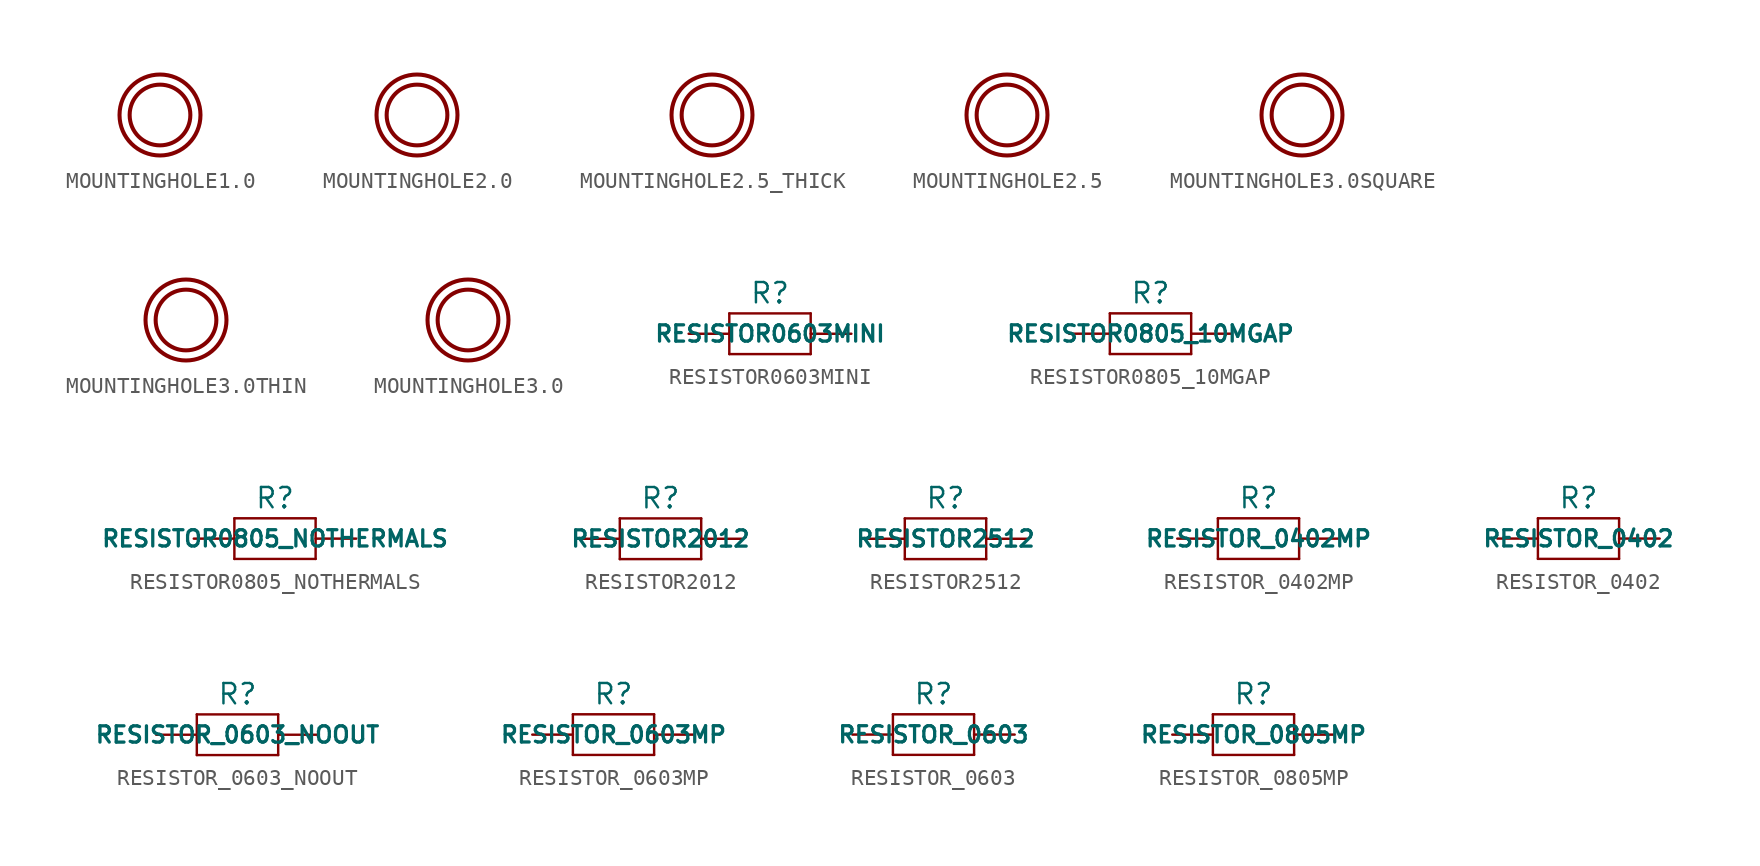
<source format=kicad_sym>
(kicad_symbol_lib
  (version 20211014)
  (generator kicad_symbol_editor)
  (symbol "MOUNTINGHOLE1.0"
    (pin_names
      (offset 1.016))
    (property "Reference" ""
      (at 0 0 0)
      (effects (font (size 1.27 1.27)) hide))
    (property "ki_locked" ""
      (at 0 0 0)
      (effects (font (size 1.27 1.27))))
    (symbol "MOUNTINGHOLE1.0_1_0"
      (circle (center 0 0) (radius 1.905) (stroke (width 0.254) (type default) (color 0 0 0 0)) (fill (type none)))
      (circle (center 0 0) (radius 2.54) (stroke (width 0.254) (type default) (color 0 0 0 0)) (fill (type none)))))
  (symbol "MOUNTINGHOLE2.0"
    (pin_names
      (offset 1.016))
    (property "Reference" ""
      (at 0 0 0)
      (effects (font (size 1.27 1.27)) hide))
    (property "ki_locked" ""
      (at 0 0 0)
      (effects (font (size 1.27 1.27))))
    (symbol "MOUNTINGHOLE2.0_1_0"
      (circle (center 0 0) (radius 1.905) (stroke (width 0.254) (type default) (color 0 0 0 0)) (fill (type none)))
      (circle (center 0 0) (radius 2.54) (stroke (width 0.254) (type default) (color 0 0 0 0)) (fill (type none)))))
  (symbol "MOUNTINGHOLE2.5_THICK"
    (pin_names
      (offset 1.016))
    (property "Reference" ""
      (at 0 0 0)
      (effects (font (size 1.27 1.27)) hide))
    (property "ki_locked" ""
      (at 0 0 0)
      (effects (font (size 1.27 1.27))))
    (symbol "MOUNTINGHOLE2.5_THICK_1_0"
      (circle (center 0 0) (radius 1.905) (stroke (width 0.254) (type default) (color 0 0 0 0)) (fill (type none)))
      (circle (center 0 0) (radius 2.54) (stroke (width 0.254) (type default) (color 0 0 0 0)) (fill (type none)))))
  (symbol "MOUNTINGHOLE2.5"
    (pin_names
      (offset 1.016))
    (property "Reference" ""
      (at 0 0 0)
      (effects (font (size 1.27 1.27)) hide))
    (property "ki_locked" ""
      (at 0 0 0)
      (effects (font (size 1.27 1.27))))
    (symbol "MOUNTINGHOLE2.5_1_0"
      (circle (center 0 0) (radius 1.905) (stroke (width 0.254) (type default) (color 0 0 0 0)) (fill (type none)))
      (circle (center 0 0) (radius 2.54) (stroke (width 0.254) (type default) (color 0 0 0 0)) (fill (type none)))))
  (symbol "MOUNTINGHOLE3.0SQUARE"
    (pin_names
      (offset 1.016))
    (property "Reference" ""
      (at 0 0 0)
      (effects (font (size 1.27 1.27)) hide))
    (property "ki_locked" ""
      (at 0 0 0)
      (effects (font (size 1.27 1.27))))
    (symbol "MOUNTINGHOLE3.0SQUARE_1_0"
      (circle (center 0 0) (radius 1.905) (stroke (width 0.254) (type default) (color 0 0 0 0)) (fill (type none)))
      (circle (center 0 0) (radius 2.54) (stroke (width 0.254) (type default) (color 0 0 0 0)) (fill (type none)))))
  (symbol "MOUNTINGHOLE3.0THIN"
    (pin_names
      (offset 1.016))
    (property "Reference" ""
      (at 0 0 0)
      (effects (font (size 1.27 1.27)) hide))
    (property "ki_locked" ""
      (at 0 0 0)
      (effects (font (size 1.27 1.27))))
    (symbol "MOUNTINGHOLE3.0THIN_1_0"
      (circle (center 0 0) (radius 1.905) (stroke (width 0.254) (type default) (color 0 0 0 0)) (fill (type none)))
      (circle (center 0 0) (radius 2.54) (stroke (width 0.254) (type default) (color 0 0 0 0)) (fill (type none)))))
  (symbol "MOUNTINGHOLE3.0"
    (pin_names
      (offset 1.016))
    (property "Reference" ""
      (at 0 0 0)
      (effects (font (size 1.27 1.27)) hide))
    (property "ki_locked" ""
      (at 0 0 0)
      (effects (font (size 1.27 1.27))))
    (symbol "MOUNTINGHOLE3.0_1_0"
      (circle (center 0 0) (radius 1.905) (stroke (width 0.254) (type default) (color 0 0 0 0)) (fill (type none)))
      (circle (center 0 0) (radius 2.54) (stroke (width 0.254) (type default) (color 0 0 0 0)) (fill (type none)))))
  (symbol "RESISTOR0603MINI"
    (pin_names
      (offset 1.016))
    (property "Reference" "R"
      (at 0 2.54 0)
      (effects (font (size 1.27 1.27))))
    (property "Value" "RESISTOR0603MINI"
      (at 0 0 0)
      (effects (font (size 1.016 1.016) bold)))
    (property "ki_locked" ""
      (at 0 0 0)
      (effects (font (size 1.27 1.27))))
    (symbol "RESISTOR0603MINI_1_0"
      (polyline (pts (xy -2.54 -1.27) (xy -2.54 1.27)) (stroke (width 0) (type default) (color 0 0 0 0)) (fill (type none)))
      (polyline (pts (xy -2.54 1.27) (xy 2.54 1.27)) (stroke (width 0) (type default) (color 0 0 0 0)) (fill (type none)))
      (polyline (pts (xy 2.54 -1.27) (xy -2.54 -1.27)) (stroke (width 0) (type default) (color 0 0 0 0)) (fill (type none)))
      (polyline (pts (xy 2.54 1.27) (xy 2.54 -1.27)) (stroke (width 0) (type default) (color 0 0 0 0)) (fill (type none)))
      (pin passive line (at -5.08 0 0) (length 2.54) (name "1" (effects (font (size 0 0)))) (number "1" (effects (font (size 0 0)))))
      (pin passive line (at 5.08 0 180) (length 2.54) (name "2" (effects (font (size 0 0)))) (number "2" (effects (font (size 0 0)))))))
  (symbol "RESISTOR0805_10MGAP"
    (pin_names
      (offset 1.016))
    (property "Reference" "R"
      (at 0 2.54 0)
      (effects (font (size 1.27 1.27))))
    (property "Value" "RESISTOR0805_10MGAP"
      (at 0 0 0)
      (effects (font (size 1.016 1.016) bold)))
    (property "ki_locked" ""
      (at 0 0 0)
      (effects (font (size 1.27 1.27))))
    (symbol "RESISTOR0805_10MGAP_1_0"
      (polyline (pts (xy -2.54 -1.27) (xy -2.54 1.27)) (stroke (width 0) (type default) (color 0 0 0 0)) (fill (type none)))
      (polyline (pts (xy -2.54 1.27) (xy 2.54 1.27)) (stroke (width 0) (type default) (color 0 0 0 0)) (fill (type none)))
      (polyline (pts (xy 2.54 -1.27) (xy -2.54 -1.27)) (stroke (width 0) (type default) (color 0 0 0 0)) (fill (type none)))
      (polyline (pts (xy 2.54 1.27) (xy 2.54 -1.27)) (stroke (width 0) (type default) (color 0 0 0 0)) (fill (type none)))
      (pin passive line (at -5.08 0 0) (length 2.54) (name "1" (effects (font (size 0 0)))) (number "1" (effects (font (size 0 0)))))
      (pin passive line (at 5.08 0 180) (length 2.54) (name "2" (effects (font (size 0 0)))) (number "2" (effects (font (size 0 0)))))))
  (symbol "RESISTOR0805_NOTHERMALS"
    (pin_names
      (offset 1.016))
    (property "Reference" "R"
      (at 0 2.54 0)
      (effects (font (size 1.27 1.27))))
    (property "Value" "RESISTOR0805_NOTHERMALS"
      (at 0 0 0)
      (effects (font (size 1.016 1.016) bold)))
    (property "ki_locked" ""
      (at 0 0 0)
      (effects (font (size 1.27 1.27))))
    (symbol "RESISTOR0805_NOTHERMALS_1_0"
      (polyline (pts (xy -2.54 -1.27) (xy -2.54 1.27)) (stroke (width 0) (type default) (color 0 0 0 0)) (fill (type none)))
      (polyline (pts (xy -2.54 1.27) (xy 2.54 1.27)) (stroke (width 0) (type default) (color 0 0 0 0)) (fill (type none)))
      (polyline (pts (xy 2.54 -1.27) (xy -2.54 -1.27)) (stroke (width 0) (type default) (color 0 0 0 0)) (fill (type none)))
      (polyline (pts (xy 2.54 1.27) (xy 2.54 -1.27)) (stroke (width 0) (type default) (color 0 0 0 0)) (fill (type none)))
      (pin passive line (at -5.08 0 0) (length 2.54) (name "1" (effects (font (size 0 0)))) (number "1" (effects (font (size 0 0)))))
      (pin passive line (at 5.08 0 180) (length 2.54) (name "2" (effects (font (size 0 0)))) (number "2" (effects (font (size 0 0)))))))
  (symbol "RESISTOR2012"
    (pin_names
      (offset 1.016))
    (property "Reference" "R"
      (at 0 2.54 0)
      (effects (font (size 1.27 1.27))))
    (property "Value" "RESISTOR2012"
      (at 0 0 0)
      (effects (font (size 1.016 1.016) bold)))
    (property "ki_locked" ""
      (at 0 0 0)
      (effects (font (size 1.27 1.27))))
    (symbol "RESISTOR2012_1_0"
      (polyline (pts (xy -2.54 -1.27) (xy -2.54 1.27)) (stroke (width 0) (type default) (color 0 0 0 0)) (fill (type none)))
      (polyline (pts (xy -2.54 1.27) (xy 2.54 1.27)) (stroke (width 0) (type default) (color 0 0 0 0)) (fill (type none)))
      (polyline (pts (xy 2.54 -1.27) (xy -2.54 -1.27)) (stroke (width 0) (type default) (color 0 0 0 0)) (fill (type none)))
      (polyline (pts (xy 2.54 1.27) (xy 2.54 -1.27)) (stroke (width 0) (type default) (color 0 0 0 0)) (fill (type none)))
      (pin passive line (at -5.08 0 0) (length 2.54) (name "1" (effects (font (size 0 0)))) (number "1" (effects (font (size 0 0)))))
      (pin passive line (at 5.08 0 180) (length 2.54) (name "2" (effects (font (size 0 0)))) (number "2" (effects (font (size 0 0)))))))
  (symbol "RESISTOR2512"
    (pin_names
      (offset 1.016))
    (property "Reference" "R"
      (at 0 2.54 0)
      (effects (font (size 1.27 1.27))))
    (property "Value" "RESISTOR2512"
      (at 0 0 0)
      (effects (font (size 1.016 1.016) bold)))
    (property "ki_locked" ""
      (at 0 0 0)
      (effects (font (size 1.27 1.27))))
    (symbol "RESISTOR2512_1_0"
      (polyline (pts (xy -2.54 -1.27) (xy -2.54 1.27)) (stroke (width 0) (type default) (color 0 0 0 0)) (fill (type none)))
      (polyline (pts (xy -2.54 1.27) (xy 2.54 1.27)) (stroke (width 0) (type default) (color 0 0 0 0)) (fill (type none)))
      (polyline (pts (xy 2.54 -1.27) (xy -2.54 -1.27)) (stroke (width 0) (type default) (color 0 0 0 0)) (fill (type none)))
      (polyline (pts (xy 2.54 1.27) (xy 2.54 -1.27)) (stroke (width 0) (type default) (color 0 0 0 0)) (fill (type none)))
      (pin passive line (at -5.08 0 0) (length 2.54) (name "1" (effects (font (size 0 0)))) (number "1" (effects (font (size 0 0)))))
      (pin passive line (at 5.08 0 180) (length 2.54) (name "2" (effects (font (size 0 0)))) (number "2" (effects (font (size 0 0)))))))
  (symbol "RESISTOR_0402MP"
    (pin_names
      (offset 1.016))
    (property "Reference" "R"
      (at 0 2.54 0)
      (effects (font (size 1.27 1.27))))
    (property "Value" "RESISTOR_0402MP"
      (at 0 0 0)
      (effects (font (size 1.016 1.016) bold)))
    (property "ki_locked" ""
      (at 0 0 0)
      (effects (font (size 1.27 1.27))))
    (symbol "RESISTOR_0402MP_1_0"
      (polyline (pts (xy -2.54 -1.27) (xy -2.54 1.27)) (stroke (width 0) (type default) (color 0 0 0 0)) (fill (type none)))
      (polyline (pts (xy -2.54 1.27) (xy 2.54 1.27)) (stroke (width 0) (type default) (color 0 0 0 0)) (fill (type none)))
      (polyline (pts (xy 2.54 -1.27) (xy -2.54 -1.27)) (stroke (width 0) (type default) (color 0 0 0 0)) (fill (type none)))
      (polyline (pts (xy 2.54 1.27) (xy 2.54 -1.27)) (stroke (width 0) (type default) (color 0 0 0 0)) (fill (type none)))
      (pin passive line (at -5.08 0 0) (length 2.54) (name "1" (effects (font (size 0 0)))) (number "1" (effects (font (size 0 0)))))
      (pin passive line (at 5.08 0 180) (length 2.54) (name "2" (effects (font (size 0 0)))) (number "2" (effects (font (size 0 0)))))))
  (symbol "RESISTOR_0402"
    (pin_names
      (offset 1.016))
    (property "Reference" "R"
      (at 0 2.54 0)
      (effects (font (size 1.27 1.27))))
    (property "Value" "RESISTOR_0402"
      (at 0 0 0)
      (effects (font (size 1.016 1.016) bold)))
    (property "ki_locked" ""
      (at 0 0 0)
      (effects (font (size 1.27 1.27))))
    (symbol "RESISTOR_0402_1_0"
      (polyline (pts (xy -2.54 -1.27) (xy -2.54 1.27)) (stroke (width 0) (type default) (color 0 0 0 0)) (fill (type none)))
      (polyline (pts (xy -2.54 1.27) (xy 2.54 1.27)) (stroke (width 0) (type default) (color 0 0 0 0)) (fill (type none)))
      (polyline (pts (xy 2.54 -1.27) (xy -2.54 -1.27)) (stroke (width 0) (type default) (color 0 0 0 0)) (fill (type none)))
      (polyline (pts (xy 2.54 1.27) (xy 2.54 -1.27)) (stroke (width 0) (type default) (color 0 0 0 0)) (fill (type none)))
      (pin passive line (at -5.08 0 0) (length 2.54) (name "1" (effects (font (size 0 0)))) (number "1" (effects (font (size 0 0)))))
      (pin passive line (at 5.08 0 180) (length 2.54) (name "2" (effects (font (size 0 0)))) (number "2" (effects (font (size 0 0)))))))
  (symbol "RESISTOR_0603_NOOUT"
    (pin_names
      (offset 1.016))
    (property "Reference" "R"
      (at 0 2.54 0)
      (effects (font (size 1.27 1.27))))
    (property "Value" "RESISTOR_0603_NOOUT"
      (at 0 0 0)
      (effects (font (size 1.016 1.016) bold)))
    (property "ki_locked" ""
      (at 0 0 0)
      (effects (font (size 1.27 1.27))))
    (symbol "RESISTOR_0603_NOOUT_1_0"
      (polyline (pts (xy -2.54 -1.27) (xy -2.54 1.27)) (stroke (width 0) (type default) (color 0 0 0 0)) (fill (type none)))
      (polyline (pts (xy -2.54 1.27) (xy 2.54 1.27)) (stroke (width 0) (type default) (color 0 0 0 0)) (fill (type none)))
      (polyline (pts (xy 2.54 -1.27) (xy -2.54 -1.27)) (stroke (width 0) (type default) (color 0 0 0 0)) (fill (type none)))
      (polyline (pts (xy 2.54 1.27) (xy 2.54 -1.27)) (stroke (width 0) (type default) (color 0 0 0 0)) (fill (type none)))
      (pin passive line (at -5.08 0 0) (length 2.54) (name "1" (effects (font (size 0 0)))) (number "1" (effects (font (size 0 0)))))
      (pin passive line (at 5.08 0 180) (length 2.54) (name "2" (effects (font (size 0 0)))) (number "2" (effects (font (size 0 0)))))))
  (symbol "RESISTOR_0603MP"
    (pin_names
      (offset 1.016))
    (property "Reference" "R"
      (at 0 2.54 0)
      (effects (font (size 1.27 1.27))))
    (property "Value" "RESISTOR_0603MP"
      (at 0 0 0)
      (effects (font (size 1.016 1.016) bold)))
    (property "ki_locked" ""
      (at 0 0 0)
      (effects (font (size 1.27 1.27))))
    (symbol "RESISTOR_0603MP_1_0"
      (polyline (pts (xy -2.54 -1.27) (xy -2.54 1.27)) (stroke (width 0) (type default) (color 0 0 0 0)) (fill (type none)))
      (polyline (pts (xy -2.54 1.27) (xy 2.54 1.27)) (stroke (width 0) (type default) (color 0 0 0 0)) (fill (type none)))
      (polyline (pts (xy 2.54 -1.27) (xy -2.54 -1.27)) (stroke (width 0) (type default) (color 0 0 0 0)) (fill (type none)))
      (polyline (pts (xy 2.54 1.27) (xy 2.54 -1.27)) (stroke (width 0) (type default) (color 0 0 0 0)) (fill (type none)))
      (pin passive line (at -5.08 0 0) (length 2.54) (name "1" (effects (font (size 0 0)))) (number "1" (effects (font (size 0 0)))))
      (pin passive line (at 5.08 0 180) (length 2.54) (name "2" (effects (font (size 0 0)))) (number "2" (effects (font (size 0 0)))))))
  (symbol "RESISTOR_0603"
    (pin_names
      (offset 1.016))
    (property "Reference" "R"
      (at 0 2.54 0)
      (effects (font (size 1.27 1.27))))
    (property "Value" "RESISTOR_0603"
      (at 0 0 0)
      (effects (font (size 1.016 1.016) bold)))
    (property "ki_locked" ""
      (at 0 0 0)
      (effects (font (size 1.27 1.27))))
    (symbol "RESISTOR_0603_1_0"
      (polyline (pts (xy -2.54 -1.27) (xy -2.54 1.27)) (stroke (width 0) (type default) (color 0 0 0 0)) (fill (type none)))
      (polyline (pts (xy -2.54 1.27) (xy 2.54 1.27)) (stroke (width 0) (type default) (color 0 0 0 0)) (fill (type none)))
      (polyline (pts (xy 2.54 -1.27) (xy -2.54 -1.27)) (stroke (width 0) (type default) (color 0 0 0 0)) (fill (type none)))
      (polyline (pts (xy 2.54 1.27) (xy 2.54 -1.27)) (stroke (width 0) (type default) (color 0 0 0 0)) (fill (type none)))
      (pin passive line (at -5.08 0 0) (length 2.54) (name "1" (effects (font (size 0 0)))) (number "1" (effects (font (size 0 0)))))
      (pin passive line (at 5.08 0 180) (length 2.54) (name "2" (effects (font (size 0 0)))) (number "2" (effects (font (size 0 0)))))))
  (symbol "RESISTOR_0805MP"
    (pin_names
      (offset 1.016))
    (property "Reference" "R"
      (at 0 2.54 0)
      (effects (font (size 1.27 1.27))))
    (property "Value" "RESISTOR_0805MP"
      (at 0 0 0)
      (effects (font (size 1.016 1.016) bold)))
    (property "ki_locked" ""
      (at 0 0 0)
      (effects (font (size 1.27 1.27))))
    (symbol "RESISTOR_0805MP_1_0"
      (polyline (pts (xy -2.54 -1.27) (xy -2.54 1.27)) (stroke (width 0) (type default) (color 0 0 0 0)) (fill (type none)))
      (polyline (pts (xy -2.54 1.27) (xy 2.54 1.27)) (stroke (width 0) (type default) (color 0 0 0 0)) (fill (type none)))
      (polyline (pts (xy 2.54 -1.27) (xy -2.54 -1.27)) (stroke (width 0) (type default) (color 0 0 0 0)) (fill (type none)))
      (polyline (pts (xy 2.54 1.27) (xy 2.54 -1.27)) (stroke (width 0) (type default) (color 0 0 0 0)) (fill (type none)))
      (pin passive line (at -5.08 0 0) (length 2.54) (name "1" (effects (font (size 0 0)))) (number "1" (effects (font (size 0 0)))))
      (pin passive line (at 5.08 0 180) (length 2.54) (name "2" (effects (font (size 0 0)))) (number "2" (effects (font (size 0 0))))))))
</source>
